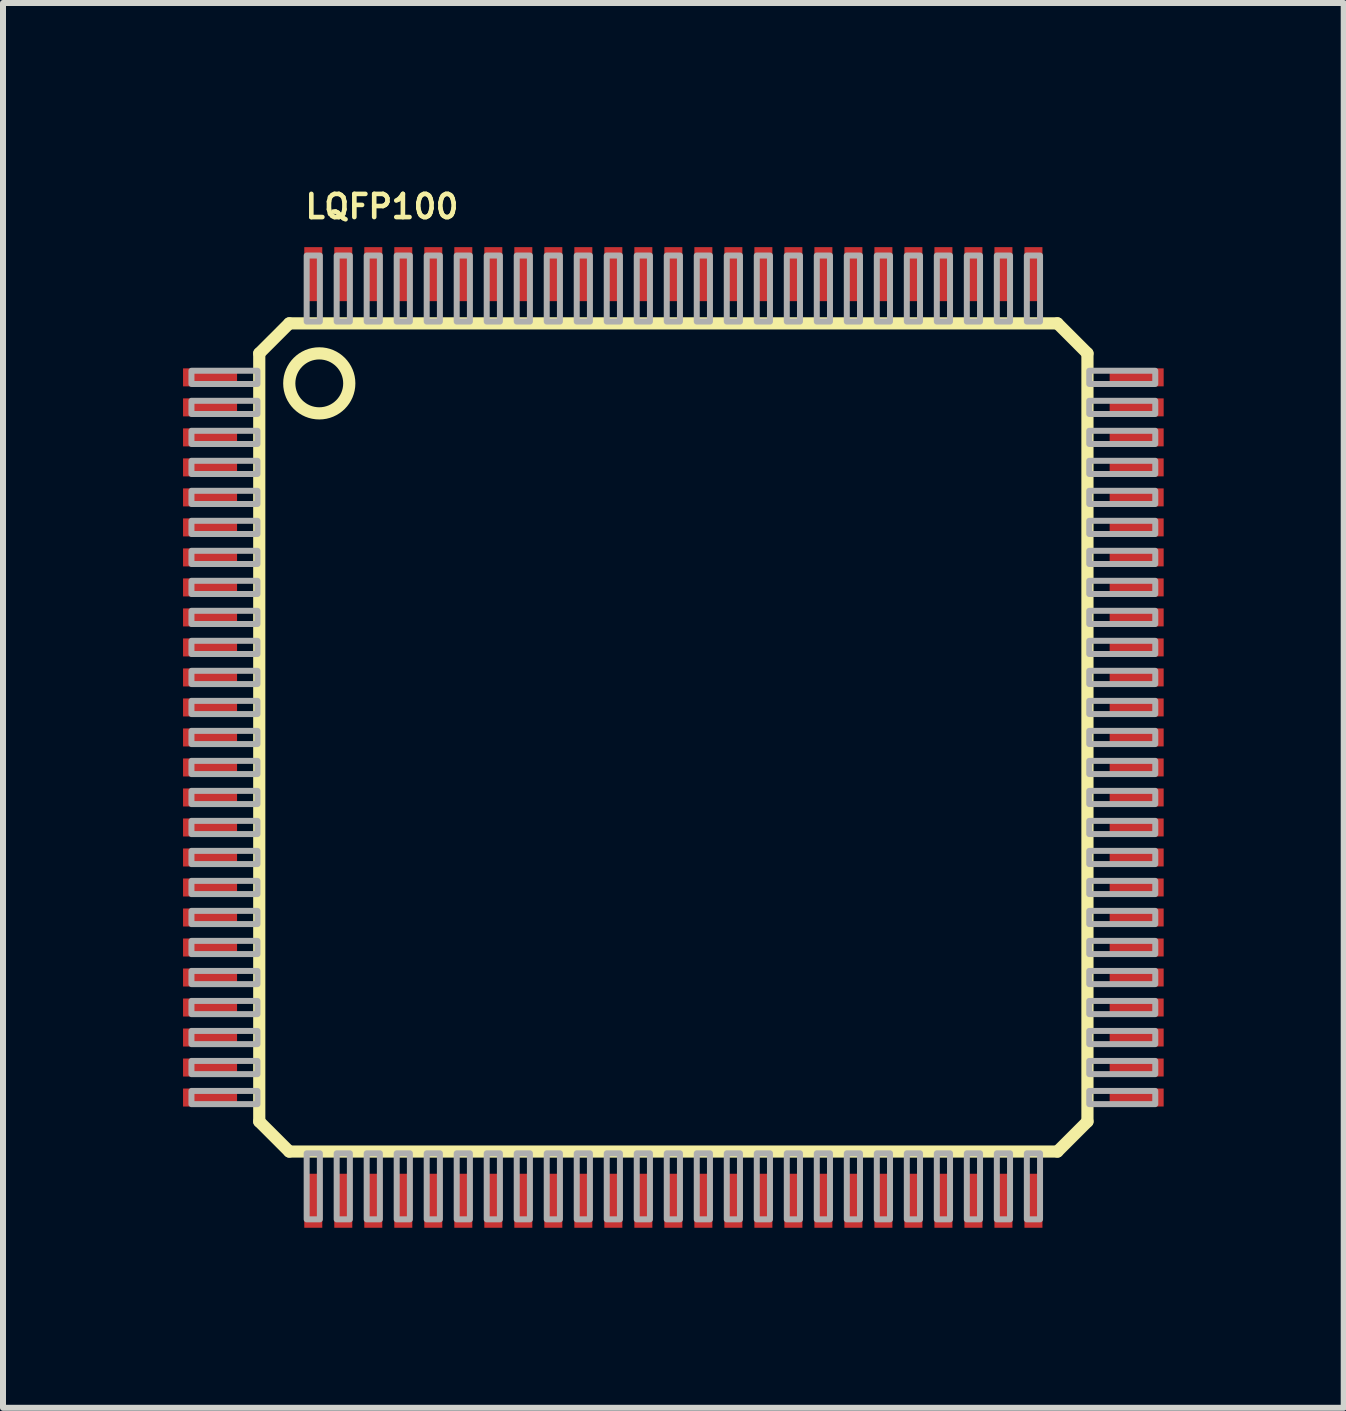
<source format=kicad_pcb>
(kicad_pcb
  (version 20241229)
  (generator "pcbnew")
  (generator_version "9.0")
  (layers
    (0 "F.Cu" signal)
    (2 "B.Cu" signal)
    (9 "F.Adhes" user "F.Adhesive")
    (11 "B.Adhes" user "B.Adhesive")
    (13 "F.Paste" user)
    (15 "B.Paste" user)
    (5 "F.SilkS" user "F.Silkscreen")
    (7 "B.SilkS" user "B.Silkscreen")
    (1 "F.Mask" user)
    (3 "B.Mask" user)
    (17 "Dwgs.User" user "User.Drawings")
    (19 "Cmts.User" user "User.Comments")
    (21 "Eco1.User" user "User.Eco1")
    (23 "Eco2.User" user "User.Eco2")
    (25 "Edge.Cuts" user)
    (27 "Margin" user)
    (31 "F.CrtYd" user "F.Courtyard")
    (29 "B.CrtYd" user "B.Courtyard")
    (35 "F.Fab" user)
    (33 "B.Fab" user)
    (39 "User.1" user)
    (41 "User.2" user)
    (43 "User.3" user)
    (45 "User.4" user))
  (footprint "LQFP100"
    (layer "F.Cu")
    (at 8.17 9.238)
    (property "Reference" "LQFP100" (at -6.175 -8.62 0) (layer "F.SilkS") (effects (font (size 0.386 0.386) (thickness 0.077)) (justify left bottom)))
    (attr through_hole)
    (fp_line (start -6.9 -6.4) (end -6.9 6.4) (stroke (width 0.203) (type solid)) (layer "F.SilkS"))
    (fp_line (start -6.4 -6.9) (end -6.9 -6.4) (stroke (width 0.203) (type solid)) (layer "F.SilkS"))
    (fp_line (start -6.4 6.9) (end -6.9 6.4) (stroke (width 0.203) (type solid)) (layer "F.SilkS"))
    (fp_line (start -6.4 6.9) (end 6.4 6.9) (stroke (width 0.203) (type solid)) (layer "F.SilkS"))
    (fp_line (start 6.4 -6.9) (end -6.4 -6.9) (stroke (width 0.203) (type solid)) (layer "F.SilkS"))
    (fp_line (start 6.4 -6.9) (end 6.9 -6.4) (stroke (width 0.203) (type solid)) (layer "F.SilkS"))
    (fp_line (start 6.4 6.9) (end 6.9 6.4) (stroke (width 0.203) (type solid)) (layer "F.SilkS"))
    (fp_line (start 6.9 6.4) (end 6.9 -6.4) (stroke (width 0.203) (type solid)) (layer "F.SilkS"))
    (fp_circle (center -5.9 -5.9) (end -5.4 -5.9) (stroke (width 0.203) (type solid)) (fill no) (layer "F.SilkS"))
    (fp_poly (pts (xy -8.03 -5.89) (xy -6.93 -5.89) (xy -6.93 -6.11) (xy -8.03 -6.11)) (stroke (width 0.1) (type solid)) (fill no) (layer "F.Fab"))
    (fp_poly (pts (xy -8.03 -5.39) (xy -6.93 -5.39) (xy -6.93 -5.61) (xy -8.03 -5.61)) (stroke (width 0.1) (type solid)) (fill no) (layer "F.Fab"))
    (fp_poly (pts (xy -8.03 -4.89) (xy -6.93 -4.89) (xy -6.93 -5.11) (xy -8.03 -5.11)) (stroke (width 0.1) (type solid)) (fill no) (layer "F.Fab"))
    (fp_poly (pts (xy -8.03 -4.39) (xy -6.93 -4.39) (xy -6.93 -4.61) (xy -8.03 -4.61)) (stroke (width 0.1) (type solid)) (fill no) (layer "F.Fab"))
    (fp_poly (pts (xy -8.03 -3.89) (xy -6.93 -3.89) (xy -6.93 -4.11) (xy -8.03 -4.11)) (stroke (width 0.1) (type solid)) (fill no) (layer "F.Fab"))
    (fp_poly (pts (xy -8.03 -3.39) (xy -6.93 -3.39) (xy -6.93 -3.61) (xy -8.03 -3.61)) (stroke (width 0.1) (type solid)) (fill no) (layer "F.Fab"))
    (fp_poly (pts (xy -8.03 -2.89) (xy -6.93 -2.89) (xy -6.93 -3.11) (xy -8.03 -3.11)) (stroke (width 0.1) (type solid)) (fill no) (layer "F.Fab"))
    (fp_poly (pts (xy -8.03 -2.39) (xy -6.93 -2.39) (xy -6.93 -2.61) (xy -8.03 -2.61)) (stroke (width 0.1) (type solid)) (fill no) (layer "F.Fab"))
    (fp_poly (pts (xy -8.03 -1.89) (xy -6.93 -1.89) (xy -6.93 -2.11) (xy -8.03 -2.11)) (stroke (width 0.1) (type solid)) (fill no) (layer "F.Fab"))
    (fp_poly (pts (xy -8.03 -1.39) (xy -6.93 -1.39) (xy -6.93 -1.61) (xy -8.03 -1.61)) (stroke (width 0.1) (type solid)) (fill no) (layer "F.Fab"))
    (fp_poly (pts (xy -8.03 -0.89) (xy -6.93 -0.89) (xy -6.93 -1.11) (xy -8.03 -1.11)) (stroke (width 0.1) (type solid)) (fill no) (layer "F.Fab"))
    (fp_poly (pts (xy -8.03 -0.39) (xy -6.93 -0.39) (xy -6.93 -0.61) (xy -8.03 -0.61)) (stroke (width 0.1) (type solid)) (fill no) (layer "F.Fab"))
    (fp_poly (pts (xy -8.03 0.11) (xy -6.93 0.11) (xy -6.93 -0.11) (xy -8.03 -0.11)) (stroke (width 0.1) (type solid)) (fill no) (layer "F.Fab"))
    (fp_poly (pts (xy -8.03 0.61) (xy -6.93 0.61) (xy -6.93 0.39) (xy -8.03 0.39)) (stroke (width 0.1) (type solid)) (fill no) (layer "F.Fab"))
    (fp_poly (pts (xy -8.03 1.11) (xy -6.93 1.11) (xy -6.93 0.89) (xy -8.03 0.89)) (stroke (width 0.1) (type solid)) (fill no) (layer "F.Fab"))
    (fp_poly (pts (xy -8.03 1.61) (xy -6.93 1.61) (xy -6.93 1.39) (xy -8.03 1.39)) (stroke (width 0.1) (type solid)) (fill no) (layer "F.Fab"))
    (fp_poly (pts (xy -8.03 2.11) (xy -6.93 2.11) (xy -6.93 1.89) (xy -8.03 1.89)) (stroke (width 0.1) (type solid)) (fill no) (layer "F.Fab"))
    (fp_poly (pts (xy -8.03 2.61) (xy -6.93 2.61) (xy -6.93 2.39) (xy -8.03 2.39)) (stroke (width 0.1) (type solid)) (fill no) (layer "F.Fab"))
    (fp_poly (pts (xy -8.03 3.11) (xy -6.93 3.11) (xy -6.93 2.89) (xy -8.03 2.89)) (stroke (width 0.1) (type solid)) (fill no) (layer "F.Fab"))
    (fp_poly (pts (xy -8.03 3.61) (xy -6.93 3.61) (xy -6.93 3.39) (xy -8.03 3.39)) (stroke (width 0.1) (type solid)) (fill no) (layer "F.Fab"))
    (fp_poly (pts (xy -8.03 4.11) (xy -6.93 4.11) (xy -6.93 3.89) (xy -8.03 3.89)) (stroke (width 0.1) (type solid)) (fill no) (layer "F.Fab"))
    (fp_poly (pts (xy -8.03 4.61) (xy -6.93 4.61) (xy -6.93 4.39) (xy -8.03 4.39)) (stroke (width 0.1) (type solid)) (fill no) (layer "F.Fab"))
    (fp_poly (pts (xy -8.03 5.11) (xy -6.93 5.11) (xy -6.93 4.89) (xy -8.03 4.89)) (stroke (width 0.1) (type solid)) (fill no) (layer "F.Fab"))
    (fp_poly (pts (xy -8.03 5.61) (xy -6.93 5.61) (xy -6.93 5.39) (xy -8.03 5.39)) (stroke (width 0.1) (type solid)) (fill no) (layer "F.Fab"))
    (fp_poly (pts (xy -8.03 6.11) (xy -6.93 6.11) (xy -6.93 5.89) (xy -8.03 5.89)) (stroke (width 0.1) (type solid)) (fill no) (layer "F.Fab"))
    (fp_poly (pts (xy -6.11 -6.93) (xy -5.89 -6.93) (xy -5.89 -8.03) (xy -6.11 -8.03)) (stroke (width 0.1) (type solid)) (fill no) (layer "F.Fab"))
    (fp_poly (pts (xy -6.11 8.03) (xy -5.89 8.03) (xy -5.89 6.93) (xy -6.11 6.93)) (stroke (width 0.1) (type solid)) (fill no) (layer "F.Fab"))
    (fp_poly (pts (xy -5.61 -6.93) (xy -5.39 -6.93) (xy -5.39 -8.03) (xy -5.61 -8.03)) (stroke (width 0.1) (type solid)) (fill no) (layer "F.Fab"))
    (fp_poly (pts (xy -5.61 8.03) (xy -5.39 8.03) (xy -5.39 6.93) (xy -5.61 6.93)) (stroke (width 0.1) (type solid)) (fill no) (layer "F.Fab"))
    (fp_poly (pts (xy -5.11 -6.93) (xy -4.89 -6.93) (xy -4.89 -8.03) (xy -5.11 -8.03)) (stroke (width 0.1) (type solid)) (fill no) (layer "F.Fab"))
    (fp_poly (pts (xy -5.11 8.03) (xy -4.89 8.03) (xy -4.89 6.93) (xy -5.11 6.93)) (stroke (width 0.1) (type solid)) (fill no) (layer "F.Fab"))
    (fp_poly (pts (xy -4.61 -6.93) (xy -4.39 -6.93) (xy -4.39 -8.03) (xy -4.61 -8.03)) (stroke (width 0.1) (type solid)) (fill no) (layer "F.Fab"))
    (fp_poly (pts (xy -4.61 8.03) (xy -4.39 8.03) (xy -4.39 6.93) (xy -4.61 6.93)) (stroke (width 0.1) (type solid)) (fill no) (layer "F.Fab"))
    (fp_poly (pts (xy -4.11 -6.93) (xy -3.89 -6.93) (xy -3.89 -8.03) (xy -4.11 -8.03)) (stroke (width 0.1) (type solid)) (fill no) (layer "F.Fab"))
    (fp_poly (pts (xy -4.11 8.03) (xy -3.89 8.03) (xy -3.89 6.93) (xy -4.11 6.93)) (stroke (width 0.1) (type solid)) (fill no) (layer "F.Fab"))
    (fp_poly (pts (xy -3.61 -6.93) (xy -3.39 -6.93) (xy -3.39 -8.03) (xy -3.61 -8.03)) (stroke (width 0.1) (type solid)) (fill no) (layer "F.Fab"))
    (fp_poly (pts (xy -3.61 8.03) (xy -3.39 8.03) (xy -3.39 6.93) (xy -3.61 6.93)) (stroke (width 0.1) (type solid)) (fill no) (layer "F.Fab"))
    (fp_poly (pts (xy -3.11 -6.93) (xy -2.89 -6.93) (xy -2.89 -8.03) (xy -3.11 -8.03)) (stroke (width 0.1) (type solid)) (fill no) (layer "F.Fab"))
    (fp_poly (pts (xy -3.11 8.03) (xy -2.89 8.03) (xy -2.89 6.93) (xy -3.11 6.93)) (stroke (width 0.1) (type solid)) (fill no) (layer "F.Fab"))
    (fp_poly (pts (xy -2.61 -6.93) (xy -2.39 -6.93) (xy -2.39 -8.03) (xy -2.61 -8.03)) (stroke (width 0.1) (type solid)) (fill no) (layer "F.Fab"))
    (fp_poly (pts (xy -2.61 8.03) (xy -2.39 8.03) (xy -2.39 6.93) (xy -2.61 6.93)) (stroke (width 0.1) (type solid)) (fill no) (layer "F.Fab"))
    (fp_poly (pts (xy -2.11 -6.93) (xy -1.89 -6.93) (xy -1.89 -8.03) (xy -2.11 -8.03)) (stroke (width 0.1) (type solid)) (fill no) (layer "F.Fab"))
    (fp_poly (pts (xy -2.11 8.03) (xy -1.89 8.03) (xy -1.89 6.93) (xy -2.11 6.93)) (stroke (width 0.1) (type solid)) (fill no) (layer "F.Fab"))
    (fp_poly (pts (xy -1.61 -6.93) (xy -1.39 -6.93) (xy -1.39 -8.03) (xy -1.61 -8.03)) (stroke (width 0.1) (type solid)) (fill no) (layer "F.Fab"))
    (fp_poly (pts (xy -1.61 8.03) (xy -1.39 8.03) (xy -1.39 6.93) (xy -1.61 6.93)) (stroke (width 0.1) (type solid)) (fill no) (layer "F.Fab"))
    (fp_poly (pts (xy -1.11 -6.93) (xy -0.89 -6.93) (xy -0.89 -8.03) (xy -1.11 -8.03)) (stroke (width 0.1) (type solid)) (fill no) (layer "F.Fab"))
    (fp_poly (pts (xy -1.11 8.03) (xy -0.89 8.03) (xy -0.89 6.93) (xy -1.11 6.93)) (stroke (width 0.1) (type solid)) (fill no) (layer "F.Fab"))
    (fp_poly (pts (xy -0.61 -6.93) (xy -0.39 -6.93) (xy -0.39 -8.03) (xy -0.61 -8.03)) (stroke (width 0.1) (type solid)) (fill no) (layer "F.Fab"))
    (fp_poly (pts (xy -0.61 8.03) (xy -0.39 8.03) (xy -0.39 6.93) (xy -0.61 6.93)) (stroke (width 0.1) (type solid)) (fill no) (layer "F.Fab"))
    (fp_poly (pts (xy -0.11 -6.93) (xy 0.11 -6.93) (xy 0.11 -8.03) (xy -0.11 -8.03)) (stroke (width 0.1) (type solid)) (fill no) (layer "F.Fab"))
    (fp_poly (pts (xy -0.11 8.03) (xy 0.11 8.03) (xy 0.11 6.93) (xy -0.11 6.93)) (stroke (width 0.1) (type solid)) (fill no) (layer "F.Fab"))
    (fp_poly (pts (xy 0.39 -6.93) (xy 0.61 -6.93) (xy 0.61 -8.03) (xy 0.39 -8.03)) (stroke (width 0.1) (type solid)) (fill no) (layer "F.Fab"))
    (fp_poly (pts (xy 0.39 8.03) (xy 0.61 8.03) (xy 0.61 6.93) (xy 0.39 6.93)) (stroke (width 0.1) (type solid)) (fill no) (layer "F.Fab"))
    (fp_poly (pts (xy 0.89 -6.93) (xy 1.11 -6.93) (xy 1.11 -8.03) (xy 0.89 -8.03)) (stroke (width 0.1) (type solid)) (fill no) (layer "F.Fab"))
    (fp_poly (pts (xy 0.89 8.03) (xy 1.11 8.03) (xy 1.11 6.93) (xy 0.89 6.93)) (stroke (width 0.1) (type solid)) (fill no) (layer "F.Fab"))
    (fp_poly (pts (xy 1.39 -6.93) (xy 1.61 -6.93) (xy 1.61 -8.03) (xy 1.39 -8.03)) (stroke (width 0.1) (type solid)) (fill no) (layer "F.Fab"))
    (fp_poly (pts (xy 1.39 8.03) (xy 1.61 8.03) (xy 1.61 6.93) (xy 1.39 6.93)) (stroke (width 0.1) (type solid)) (fill no) (layer "F.Fab"))
    (fp_poly (pts (xy 1.89 -6.93) (xy 2.11 -6.93) (xy 2.11 -8.03) (xy 1.89 -8.03)) (stroke (width 0.1) (type solid)) (fill no) (layer "F.Fab"))
    (fp_poly (pts (xy 1.89 8.03) (xy 2.11 8.03) (xy 2.11 6.93) (xy 1.89 6.93)) (stroke (width 0.1) (type solid)) (fill no) (layer "F.Fab"))
    (fp_poly (pts (xy 2.39 -6.93) (xy 2.61 -6.93) (xy 2.61 -8.03) (xy 2.39 -8.03)) (stroke (width 0.1) (type solid)) (fill no) (layer "F.Fab"))
    (fp_poly (pts (xy 2.39 8.03) (xy 2.61 8.03) (xy 2.61 6.93) (xy 2.39 6.93)) (stroke (width 0.1) (type solid)) (fill no) (layer "F.Fab"))
    (fp_poly (pts (xy 2.89 -6.93) (xy 3.11 -6.93) (xy 3.11 -8.03) (xy 2.89 -8.03)) (stroke (width 0.1) (type solid)) (fill no) (layer "F.Fab"))
    (fp_poly (pts (xy 2.89 8.03) (xy 3.11 8.03) (xy 3.11 6.93) (xy 2.89 6.93)) (stroke (width 0.1) (type solid)) (fill no) (layer "F.Fab"))
    (fp_poly (pts (xy 3.39 -6.93) (xy 3.61 -6.93) (xy 3.61 -8.03) (xy 3.39 -8.03)) (stroke (width 0.1) (type solid)) (fill no) (layer "F.Fab"))
    (fp_poly (pts (xy 3.39 8.03) (xy 3.61 8.03) (xy 3.61 6.93) (xy 3.39 6.93)) (stroke (width 0.1) (type solid)) (fill no) (layer "F.Fab"))
    (fp_poly (pts (xy 3.89 -6.93) (xy 4.11 -6.93) (xy 4.11 -8.03) (xy 3.89 -8.03)) (stroke (width 0.1) (type solid)) (fill no) (layer "F.Fab"))
    (fp_poly (pts (xy 3.89 8.03) (xy 4.11 8.03) (xy 4.11 6.93) (xy 3.89 6.93)) (stroke (width 0.1) (type solid)) (fill no) (layer "F.Fab"))
    (fp_poly (pts (xy 4.39 -6.93) (xy 4.61 -6.93) (xy 4.61 -8.03) (xy 4.39 -8.03)) (stroke (width 0.1) (type solid)) (fill no) (layer "F.Fab"))
    (fp_poly (pts (xy 4.39 8.03) (xy 4.61 8.03) (xy 4.61 6.93) (xy 4.39 6.93)) (stroke (width 0.1) (type solid)) (fill no) (layer "F.Fab"))
    (fp_poly (pts (xy 4.89 -6.93) (xy 5.11 -6.93) (xy 5.11 -8.03) (xy 4.89 -8.03)) (stroke (width 0.1) (type solid)) (fill no) (layer "F.Fab"))
    (fp_poly (pts (xy 4.89 8.03) (xy 5.11 8.03) (xy 5.11 6.93) (xy 4.89 6.93)) (stroke (width 0.1) (type solid)) (fill no) (layer "F.Fab"))
    (fp_poly (pts (xy 5.39 -6.93) (xy 5.61 -6.93) (xy 5.61 -8.03) (xy 5.39 -8.03)) (stroke (width 0.1) (type solid)) (fill no) (layer "F.Fab"))
    (fp_poly (pts (xy 5.39 8.03) (xy 5.61 8.03) (xy 5.61 6.93) (xy 5.39 6.93)) (stroke (width 0.1) (type solid)) (fill no) (layer "F.Fab"))
    (fp_poly (pts (xy 5.89 -6.93) (xy 6.11 -6.93) (xy 6.11 -8.03) (xy 5.89 -8.03)) (stroke (width 0.1) (type solid)) (fill no) (layer "F.Fab"))
    (fp_poly (pts (xy 5.89 8.03) (xy 6.11 8.03) (xy 6.11 6.93) (xy 5.89 6.93)) (stroke (width 0.1) (type solid)) (fill no) (layer "F.Fab"))
    (fp_poly (pts (xy 6.93 -5.89) (xy 8.03 -5.89) (xy 8.03 -6.11) (xy 6.93 -6.11)) (stroke (width 0.1) (type solid)) (fill no) (layer "F.Fab"))
    (fp_poly (pts (xy 6.93 -5.39) (xy 8.03 -5.39) (xy 8.03 -5.61) (xy 6.93 -5.61)) (stroke (width 0.1) (type solid)) (fill no) (layer "F.Fab"))
    (fp_poly (pts (xy 6.93 -4.89) (xy 8.03 -4.89) (xy 8.03 -5.11) (xy 6.93 -5.11)) (stroke (width 0.1) (type solid)) (fill no) (layer "F.Fab"))
    (fp_poly (pts (xy 6.93 -4.39) (xy 8.03 -4.39) (xy 8.03 -4.61) (xy 6.93 -4.61)) (stroke (width 0.1) (type solid)) (fill no) (layer "F.Fab"))
    (fp_poly (pts (xy 6.93 -3.89) (xy 8.03 -3.89) (xy 8.03 -4.11) (xy 6.93 -4.11)) (stroke (width 0.1) (type solid)) (fill no) (layer "F.Fab"))
    (fp_poly (pts (xy 6.93 -3.39) (xy 8.03 -3.39) (xy 8.03 -3.61) (xy 6.93 -3.61)) (stroke (width 0.1) (type solid)) (fill no) (layer "F.Fab"))
    (fp_poly (pts (xy 6.93 -2.89) (xy 8.03 -2.89) (xy 8.03 -3.11) (xy 6.93 -3.11)) (stroke (width 0.1) (type solid)) (fill no) (layer "F.Fab"))
    (fp_poly (pts (xy 6.93 -2.39) (xy 8.03 -2.39) (xy 8.03 -2.61) (xy 6.93 -2.61)) (stroke (width 0.1) (type solid)) (fill no) (layer "F.Fab"))
    (fp_poly (pts (xy 6.93 -1.89) (xy 8.03 -1.89) (xy 8.03 -2.11) (xy 6.93 -2.11)) (stroke (width 0.1) (type solid)) (fill no) (layer "F.Fab"))
    (fp_poly (pts (xy 6.93 -1.39) (xy 8.03 -1.39) (xy 8.03 -1.61) (xy 6.93 -1.61)) (stroke (width 0.1) (type solid)) (fill no) (layer "F.Fab"))
    (fp_poly (pts (xy 6.93 -0.89) (xy 8.03 -0.89) (xy 8.03 -1.11) (xy 6.93 -1.11)) (stroke (width 0.1) (type solid)) (fill no) (layer "F.Fab"))
    (fp_poly (pts (xy 6.93 -0.39) (xy 8.03 -0.39) (xy 8.03 -0.61) (xy 6.93 -0.61)) (stroke (width 0.1) (type solid)) (fill no) (layer "F.Fab"))
    (fp_poly (pts (xy 6.93 0.11) (xy 8.03 0.11) (xy 8.03 -0.11) (xy 6.93 -0.11)) (stroke (width 0.1) (type solid)) (fill no) (layer "F.Fab"))
    (fp_poly (pts (xy 6.93 0.61) (xy 8.03 0.61) (xy 8.03 0.39) (xy 6.93 0.39)) (stroke (width 0.1) (type solid)) (fill no) (layer "F.Fab"))
    (fp_poly (pts (xy 6.93 1.11) (xy 8.03 1.11) (xy 8.03 0.89) (xy 6.93 0.89)) (stroke (width 0.1) (type solid)) (fill no) (layer "F.Fab"))
    (fp_poly (pts (xy 6.93 1.61) (xy 8.03 1.61) (xy 8.03 1.39) (xy 6.93 1.39)) (stroke (width 0.1) (type solid)) (fill no) (layer "F.Fab"))
    (fp_poly (pts (xy 6.93 2.11) (xy 8.03 2.11) (xy 8.03 1.89) (xy 6.93 1.89)) (stroke (width 0.1) (type solid)) (fill no) (layer "F.Fab"))
    (fp_poly (pts (xy 6.93 2.61) (xy 8.03 2.61) (xy 8.03 2.39) (xy 6.93 2.39)) (stroke (width 0.1) (type solid)) (fill no) (layer "F.Fab"))
    (fp_poly (pts (xy 6.93 3.11) (xy 8.03 3.11) (xy 8.03 2.89) (xy 6.93 2.89)) (stroke (width 0.1) (type solid)) (fill no) (layer "F.Fab"))
    (fp_poly (pts (xy 6.93 3.61) (xy 8.03 3.61) (xy 8.03 3.39) (xy 6.93 3.39)) (stroke (width 0.1) (type solid)) (fill no) (layer "F.Fab"))
    (fp_poly (pts (xy 6.93 4.11) (xy 8.03 4.11) (xy 8.03 3.89) (xy 6.93 3.89)) (stroke (width 0.1) (type solid)) (fill no) (layer "F.Fab"))
    (fp_poly (pts (xy 6.93 4.61) (xy 8.03 4.61) (xy 8.03 4.39) (xy 6.93 4.39)) (stroke (width 0.1) (type solid)) (fill no) (layer "F.Fab"))
    (fp_poly (pts (xy 6.93 5.11) (xy 8.03 5.11) (xy 8.03 4.89) (xy 6.93 4.89)) (stroke (width 0.1) (type solid)) (fill no) (layer "F.Fab"))
    (fp_poly (pts (xy 6.93 5.61) (xy 8.03 5.61) (xy 8.03 5.39) (xy 6.93 5.39)) (stroke (width 0.1) (type solid)) (fill no) (layer "F.Fab"))
    (fp_poly (pts (xy 6.93 6.11) (xy 8.03 6.11) (xy 8.03 5.89) (xy 6.93 5.89)) (stroke (width 0.1) (type solid)) (fill no) (layer "F.Fab"))
    (pad "1" smd rect (at -7.72 -6) (size 0.9 0.3) (layers "F.Cu" "F.Mask" "F.Paste"))
    (pad "2" smd rect (at -7.72 -5.5) (size 0.9 0.3) (layers "F.Cu" "F.Mask" "F.Paste"))
    (pad "3" smd rect (at -7.72 -5) (size 0.9 0.3) (layers "F.Cu" "F.Mask" "F.Paste"))
    (pad "4" smd rect (at -7.72 -4.5) (size 0.9 0.3) (layers "F.Cu" "F.Mask" "F.Paste"))
    (pad "5" smd rect (at -7.72 -4) (size 0.9 0.3) (layers "F.Cu" "F.Mask" "F.Paste"))
    (pad "6" smd rect (at -7.72 -3.5) (size 0.9 0.3) (layers "F.Cu" "F.Mask" "F.Paste"))
    (pad "7" smd rect (at -7.72 -3) (size 0.9 0.3) (layers "F.Cu" "F.Mask" "F.Paste"))
    (pad "8" smd rect (at -7.72 -2.5) (size 0.9 0.3) (layers "F.Cu" "F.Mask" "F.Paste"))
    (pad "9" smd rect (at -7.72 -2) (size 0.9 0.3) (layers "F.Cu" "F.Mask" "F.Paste"))
    (pad "10" smd rect (at -7.72 -1.5) (size 0.9 0.3) (layers "F.Cu" "F.Mask" "F.Paste"))
    (pad "11" smd rect (at -7.72 -1) (size 0.9 0.3) (layers "F.Cu" "F.Mask" "F.Paste"))
    (pad "12" smd rect (at -7.72 -0.5) (size 0.9 0.3) (layers "F.Cu" "F.Mask" "F.Paste"))
    (pad "13" smd rect (at -7.72 0) (size 0.9 0.3) (layers "F.Cu" "F.Mask" "F.Paste"))
    (pad "14" smd rect (at -7.72 0.5) (size 0.9 0.3) (layers "F.Cu" "F.Mask" "F.Paste"))
    (pad "15" smd rect (at -7.72 1) (size 0.9 0.3) (layers "F.Cu" "F.Mask" "F.Paste"))
    (pad "16" smd rect (at -7.72 1.5) (size 0.9 0.3) (layers "F.Cu" "F.Mask" "F.Paste"))
    (pad "17" smd rect (at -7.72 2) (size 0.9 0.3) (layers "F.Cu" "F.Mask" "F.Paste"))
    (pad "18" smd rect (at -7.72 2.5) (size 0.9 0.3) (layers "F.Cu" "F.Mask" "F.Paste"))
    (pad "19" smd rect (at -7.72 3) (size 0.9 0.3) (layers "F.Cu" "F.Mask" "F.Paste"))
    (pad "20" smd rect (at -7.72 3.5) (size 0.9 0.3) (layers "F.Cu" "F.Mask" "F.Paste"))
    (pad "21" smd rect (at -7.72 4) (size 0.9 0.3) (layers "F.Cu" "F.Mask" "F.Paste"))
    (pad "22" smd rect (at -7.72 4.5) (size 0.9 0.3) (layers "F.Cu" "F.Mask" "F.Paste"))
    (pad "23" smd rect (at -7.72 5) (size 0.9 0.3) (layers "F.Cu" "F.Mask" "F.Paste"))
    (pad "24" smd rect (at -7.72 5.5) (size 0.9 0.3) (layers "F.Cu" "F.Mask" "F.Paste"))
    (pad "25" smd rect (at -7.72 6) (size 0.9 0.3) (layers "F.Cu" "F.Mask" "F.Paste"))
    (pad "26" smd rect (at -6 7.72) (size 0.3 0.9) (layers "F.Cu" "F.Mask" "F.Paste"))
    (pad "27" smd rect (at -5.5 7.72) (size 0.3 0.9) (layers "F.Cu" "F.Mask" "F.Paste"))
    (pad "28" smd rect (at -5 7.72) (size 0.3 0.9) (layers "F.Cu" "F.Mask" "F.Paste"))
    (pad "29" smd rect (at -4.5 7.72) (size 0.3 0.9) (layers "F.Cu" "F.Mask" "F.Paste"))
    (pad "30" smd rect (at -4 7.72) (size 0.3 0.9) (layers "F.Cu" "F.Mask" "F.Paste"))
    (pad "31" smd rect (at -3.5 7.72) (size 0.3 0.9) (layers "F.Cu" "F.Mask" "F.Paste"))
    (pad "32" smd rect (at -3 7.72) (size 0.3 0.9) (layers "F.Cu" "F.Mask" "F.Paste"))
    (pad "33" smd rect (at -2.5 7.72) (size 0.3 0.9) (layers "F.Cu" "F.Mask" "F.Paste"))
    (pad "34" smd rect (at -2 7.72) (size 0.3 0.9) (layers "F.Cu" "F.Mask" "F.Paste"))
    (pad "35" smd rect (at -1.5 7.72) (size 0.3 0.9) (layers "F.Cu" "F.Mask" "F.Paste"))
    (pad "36" smd rect (at -1 7.72) (size 0.3 0.9) (layers "F.Cu" "F.Mask" "F.Paste"))
    (pad "37" smd rect (at -0.5 7.72) (size 0.3 0.9) (layers "F.Cu" "F.Mask" "F.Paste"))
    (pad "38" smd rect (at 0 7.72) (size 0.3 0.9) (layers "F.Cu" "F.Mask" "F.Paste"))
    (pad "39" smd rect (at 0.5 7.72) (size 0.3 0.9) (layers "F.Cu" "F.Mask" "F.Paste"))
    (pad "40" smd rect (at 1 7.72) (size 0.3 0.9) (layers "F.Cu" "F.Mask" "F.Paste"))
    (pad "41" smd rect (at 1.5 7.72) (size 0.3 0.9) (layers "F.Cu" "F.Mask" "F.Paste"))
    (pad "42" smd rect (at 2 7.72) (size 0.3 0.9) (layers "F.Cu" "F.Mask" "F.Paste"))
    (pad "43" smd rect (at 2.5 7.72) (size 0.3 0.9) (layers "F.Cu" "F.Mask" "F.Paste"))
    (pad "44" smd rect (at 3 7.72) (size 0.3 0.9) (layers "F.Cu" "F.Mask" "F.Paste"))
    (pad "45" smd rect (at 3.5 7.72) (size 0.3 0.9) (layers "F.Cu" "F.Mask" "F.Paste"))
    (pad "46" smd rect (at 4 7.72) (size 0.3 0.9) (layers "F.Cu" "F.Mask" "F.Paste"))
    (pad "47" smd rect (at 4.5 7.72) (size 0.3 0.9) (layers "F.Cu" "F.Mask" "F.Paste"))
    (pad "48" smd rect (at 5 7.72) (size 0.3 0.9) (layers "F.Cu" "F.Mask" "F.Paste"))
    (pad "49" smd rect (at 5.5 7.72) (size 0.3 0.9) (layers "F.Cu" "F.Mask" "F.Paste"))
    (pad "50" smd rect (at 6 7.72) (size 0.3 0.9) (layers "F.Cu" "F.Mask" "F.Paste"))
    (pad "51" smd rect (at 7.72 6) (size 0.9 0.3) (layers "F.Cu" "F.Mask" "F.Paste"))
    (pad "52" smd rect (at 7.72 5.5) (size 0.9 0.3) (layers "F.Cu" "F.Mask" "F.Paste"))
    (pad "53" smd rect (at 7.72 5) (size 0.9 0.3) (layers "F.Cu" "F.Mask" "F.Paste"))
    (pad "54" smd rect (at 7.72 4.5) (size 0.9 0.3) (layers "F.Cu" "F.Mask" "F.Paste"))
    (pad "55" smd rect (at 7.72 4) (size 0.9 0.3) (layers "F.Cu" "F.Mask" "F.Paste"))
    (pad "56" smd rect (at 7.72 3.5) (size 0.9 0.3) (layers "F.Cu" "F.Mask" "F.Paste"))
    (pad "57" smd rect (at 7.72 3) (size 0.9 0.3) (layers "F.Cu" "F.Mask" "F.Paste"))
    (pad "58" smd rect (at 7.72 2.5) (size 0.9 0.3) (layers "F.Cu" "F.Mask" "F.Paste"))
    (pad "59" smd rect (at 7.72 2) (size 0.9 0.3) (layers "F.Cu" "F.Mask" "F.Paste"))
    (pad "60" smd rect (at 7.72 1.5) (size 0.9 0.3) (layers "F.Cu" "F.Mask" "F.Paste"))
    (pad "61" smd rect (at 7.72 1) (size 0.9 0.3) (layers "F.Cu" "F.Mask" "F.Paste"))
    (pad "62" smd rect (at 7.72 0.5) (size 0.9 0.3) (layers "F.Cu" "F.Mask" "F.Paste"))
    (pad "63" smd rect (at 7.72 0) (size 0.9 0.3) (layers "F.Cu" "F.Mask" "F.Paste"))
    (pad "64" smd rect (at 7.72 -0.5) (size 0.9 0.3) (layers "F.Cu" "F.Mask" "F.Paste"))
    (pad "65" smd rect (at 7.72 -1) (size 0.9 0.3) (layers "F.Cu" "F.Mask" "F.Paste"))
    (pad "66" smd rect (at 7.72 -1.5) (size 0.9 0.3) (layers "F.Cu" "F.Mask" "F.Paste"))
    (pad "67" smd rect (at 7.72 -2) (size 0.9 0.3) (layers "F.Cu" "F.Mask" "F.Paste"))
    (pad "68" smd rect (at 7.72 -2.5) (size 0.9 0.3) (layers "F.Cu" "F.Mask" "F.Paste"))
    (pad "69" smd rect (at 7.72 -3) (size 0.9 0.3) (layers "F.Cu" "F.Mask" "F.Paste"))
    (pad "70" smd rect (at 7.72 -3.5) (size 0.9 0.3) (layers "F.Cu" "F.Mask" "F.Paste"))
    (pad "71" smd rect (at 7.72 -4) (size 0.9 0.3) (layers "F.Cu" "F.Mask" "F.Paste"))
    (pad "72" smd rect (at 7.72 -4.5) (size 0.9 0.3) (layers "F.Cu" "F.Mask" "F.Paste"))
    (pad "73" smd rect (at 7.72 -5) (size 0.9 0.3) (layers "F.Cu" "F.Mask" "F.Paste"))
    (pad "74" smd rect (at 7.72 -5.5) (size 0.9 0.3) (layers "F.Cu" "F.Mask" "F.Paste"))
    (pad "75" smd rect (at 7.72 -6) (size 0.9 0.3) (layers "F.Cu" "F.Mask" "F.Paste"))
    (pad "76" smd rect (at 6 -7.72) (size 0.3 0.9) (layers "F.Cu" "F.Mask" "F.Paste"))
    (pad "77" smd rect (at 5.5 -7.72) (size 0.3 0.9) (layers "F.Cu" "F.Mask" "F.Paste"))
    (pad "78" smd rect (at 5 -7.72) (size 0.3 0.9) (layers "F.Cu" "F.Mask" "F.Paste"))
    (pad "79" smd rect (at 4.5 -7.72) (size 0.3 0.9) (layers "F.Cu" "F.Mask" "F.Paste"))
    (pad "80" smd rect (at 4 -7.72) (size 0.3 0.9) (layers "F.Cu" "F.Mask" "F.Paste"))
    (pad "81" smd rect (at 3.5 -7.72) (size 0.3 0.9) (layers "F.Cu" "F.Mask" "F.Paste"))
    (pad "82" smd rect (at 3 -7.72) (size 0.3 0.9) (layers "F.Cu" "F.Mask" "F.Paste"))
    (pad "83" smd rect (at 2.5 -7.72) (size 0.3 0.9) (layers "F.Cu" "F.Mask" "F.Paste"))
    (pad "84" smd rect (at 2 -7.72) (size 0.3 0.9) (layers "F.Cu" "F.Mask" "F.Paste"))
    (pad "85" smd rect (at 1.5 -7.72) (size 0.3 0.9) (layers "F.Cu" "F.Mask" "F.Paste"))
    (pad "86" smd rect (at 1 -7.72) (size 0.3 0.9) (layers "F.Cu" "F.Mask" "F.Paste"))
    (pad "87" smd rect (at 0.5 -7.72) (size 0.3 0.9) (layers "F.Cu" "F.Mask" "F.Paste"))
    (pad "88" smd rect (at 0 -7.72) (size 0.3 0.9) (layers "F.Cu" "F.Mask" "F.Paste"))
    (pad "89" smd rect (at -0.5 -7.72) (size 0.3 0.9) (layers "F.Cu" "F.Mask" "F.Paste"))
    (pad "90" smd rect (at -1 -7.72) (size 0.3 0.9) (layers "F.Cu" "F.Mask" "F.Paste"))
    (pad "91" smd rect (at -1.5 -7.72) (size 0.3 0.9) (layers "F.Cu" "F.Mask" "F.Paste"))
    (pad "92" smd rect (at -2 -7.72) (size 0.3 0.9) (layers "F.Cu" "F.Mask" "F.Paste"))
    (pad "93" smd rect (at -2.5 -7.72) (size 0.3 0.9) (layers "F.Cu" "F.Mask" "F.Paste"))
    (pad "94" smd rect (at -3 -7.72) (size 0.3 0.9) (layers "F.Cu" "F.Mask" "F.Paste"))
    (pad "95" smd rect (at -3.5 -7.72) (size 0.3 0.9) (layers "F.Cu" "F.Mask" "F.Paste"))
    (pad "96" smd rect (at -4 -7.72) (size 0.3 0.9) (layers "F.Cu" "F.Mask" "F.Paste"))
    (pad "97" smd rect (at -4.5 -7.72) (size 0.3 0.9) (layers "F.Cu" "F.Mask" "F.Paste"))
    (pad "98" smd rect (at -5 -7.72) (size 0.3 0.9) (layers "F.Cu" "F.Mask" "F.Paste"))
    (pad "99" smd rect (at -5.5 -7.72) (size 0.3 0.9) (layers "F.Cu" "F.Mask" "F.Paste"))
    (pad "100" smd rect (at -6 -7.72) (size 0.3 0.9) (layers "F.Cu" "F.Mask" "F.Paste")))
  (gr_rect
    (start -3 -3)
    (end 19.34 20.408)
    (stroke (width 0.1) (type default))
    (fill no)
    (layer "Edge.Cuts")))
</source>
